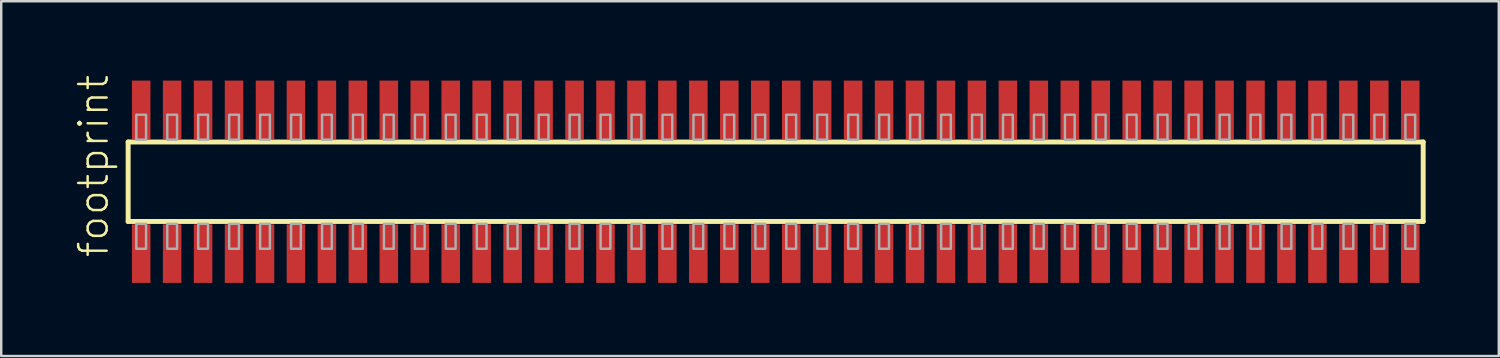
<source format=kicad_pcb>
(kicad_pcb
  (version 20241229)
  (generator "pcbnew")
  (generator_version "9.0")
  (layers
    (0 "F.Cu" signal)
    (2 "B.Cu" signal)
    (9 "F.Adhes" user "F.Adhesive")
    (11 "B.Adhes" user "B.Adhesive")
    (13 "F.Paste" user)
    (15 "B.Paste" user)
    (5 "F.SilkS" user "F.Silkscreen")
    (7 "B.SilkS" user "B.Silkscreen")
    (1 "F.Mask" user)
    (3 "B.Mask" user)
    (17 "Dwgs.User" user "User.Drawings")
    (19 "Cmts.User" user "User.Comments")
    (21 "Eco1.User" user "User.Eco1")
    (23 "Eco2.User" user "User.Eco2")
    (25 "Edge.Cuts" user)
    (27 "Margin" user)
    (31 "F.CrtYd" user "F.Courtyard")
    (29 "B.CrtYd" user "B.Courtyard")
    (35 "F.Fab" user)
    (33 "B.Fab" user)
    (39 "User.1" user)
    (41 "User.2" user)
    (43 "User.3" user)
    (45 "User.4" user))
  (footprint "footprint"
    (layer "F.Cu")
    (at 28.778 4.407)
    (property "Reference" "footprint" (at -27.305 3.175 90) (layer "F.SilkS") (effects (font (size 1.168 1.168) (thickness 0.102)) (justify left bottom)))
    (fp_line (start -26.57 -1.63) (end 26.565 -1.63) (stroke (width 0.203) (type solid)) (layer "F.SilkS"))
    (fp_line (start -26.57 1.63) (end -26.57 -1.63) (stroke (width 0.203) (type solid)) (layer "F.SilkS"))
    (fp_line (start 26.565 -1.63) (end 26.565 1.63) (stroke (width 0.203) (type solid)) (layer "F.SilkS"))
    (fp_line (start 26.565 1.63) (end -26.57 1.63) (stroke (width 0.203) (type solid)) (layer "F.SilkS"))
    (fp_poly (pts (xy -26.235 -1.725) (xy -25.835 -1.725) (xy -25.835 -2.75) (xy -26.235 -2.75)) (stroke (width 0.1) (type solid)) (fill no) (layer "F.Fab"))
    (fp_poly (pts (xy -25.835 1.725) (xy -26.235 1.725) (xy -26.235 2.75) (xy -25.835 2.75)) (stroke (width 0.1) (type solid)) (fill no) (layer "F.Fab"))
    (fp_poly (pts (xy -24.965 -1.725) (xy -24.565 -1.725) (xy -24.565 -2.75) (xy -24.965 -2.75)) (stroke (width 0.1) (type solid)) (fill no) (layer "F.Fab"))
    (fp_poly (pts (xy -24.565 1.725) (xy -24.965 1.725) (xy -24.965 2.75) (xy -24.565 2.75)) (stroke (width 0.1) (type solid)) (fill no) (layer "F.Fab"))
    (fp_poly (pts (xy -23.695 -1.725) (xy -23.295 -1.725) (xy -23.295 -2.75) (xy -23.695 -2.75)) (stroke (width 0.1) (type solid)) (fill no) (layer "F.Fab"))
    (fp_poly (pts (xy -23.295 1.725) (xy -23.695 1.725) (xy -23.695 2.75) (xy -23.295 2.75)) (stroke (width 0.1) (type solid)) (fill no) (layer "F.Fab"))
    (fp_poly (pts (xy -22.425 -1.725) (xy -22.025 -1.725) (xy -22.025 -2.75) (xy -22.425 -2.75)) (stroke (width 0.1) (type solid)) (fill no) (layer "F.Fab"))
    (fp_poly (pts (xy -22.025 1.725) (xy -22.425 1.725) (xy -22.425 2.75) (xy -22.025 2.75)) (stroke (width 0.1) (type solid)) (fill no) (layer "F.Fab"))
    (fp_poly (pts (xy -21.155 -1.725) (xy -20.755 -1.725) (xy -20.755 -2.75) (xy -21.155 -2.75)) (stroke (width 0.1) (type solid)) (fill no) (layer "F.Fab"))
    (fp_poly (pts (xy -20.755 1.725) (xy -21.155 1.725) (xy -21.155 2.75) (xy -20.755 2.75)) (stroke (width 0.1) (type solid)) (fill no) (layer "F.Fab"))
    (fp_poly (pts (xy -19.885 -1.725) (xy -19.485 -1.725) (xy -19.485 -2.75) (xy -19.885 -2.75)) (stroke (width 0.1) (type solid)) (fill no) (layer "F.Fab"))
    (fp_poly (pts (xy -19.485 1.725) (xy -19.885 1.725) (xy -19.885 2.75) (xy -19.485 2.75)) (stroke (width 0.1) (type solid)) (fill no) (layer "F.Fab"))
    (fp_poly (pts (xy -18.615 -1.725) (xy -18.215 -1.725) (xy -18.215 -2.75) (xy -18.615 -2.75)) (stroke (width 0.1) (type solid)) (fill no) (layer "F.Fab"))
    (fp_poly (pts (xy -18.215 1.725) (xy -18.615 1.725) (xy -18.615 2.75) (xy -18.215 2.75)) (stroke (width 0.1) (type solid)) (fill no) (layer "F.Fab"))
    (fp_poly (pts (xy -17.345 -1.725) (xy -16.945 -1.725) (xy -16.945 -2.75) (xy -17.345 -2.75)) (stroke (width 0.1) (type solid)) (fill no) (layer "F.Fab"))
    (fp_poly (pts (xy -16.945 1.725) (xy -17.345 1.725) (xy -17.345 2.75) (xy -16.945 2.75)) (stroke (width 0.1) (type solid)) (fill no) (layer "F.Fab"))
    (fp_poly (pts (xy -16.075 -1.725) (xy -15.675 -1.725) (xy -15.675 -2.75) (xy -16.075 -2.75)) (stroke (width 0.1) (type solid)) (fill no) (layer "F.Fab"))
    (fp_poly (pts (xy -15.675 1.725) (xy -16.075 1.725) (xy -16.075 2.75) (xy -15.675 2.75)) (stroke (width 0.1) (type solid)) (fill no) (layer "F.Fab"))
    (fp_poly (pts (xy -14.805 -1.725) (xy -14.405 -1.725) (xy -14.405 -2.75) (xy -14.805 -2.75)) (stroke (width 0.1) (type solid)) (fill no) (layer "F.Fab"))
    (fp_poly (pts (xy -14.405 1.725) (xy -14.805 1.725) (xy -14.805 2.75) (xy -14.405 2.75)) (stroke (width 0.1) (type solid)) (fill no) (layer "F.Fab"))
    (fp_poly (pts (xy -13.535 -1.725) (xy -13.135 -1.725) (xy -13.135 -2.75) (xy -13.535 -2.75)) (stroke (width 0.1) (type solid)) (fill no) (layer "F.Fab"))
    (fp_poly (pts (xy -13.135 1.725) (xy -13.535 1.725) (xy -13.535 2.75) (xy -13.135 2.75)) (stroke (width 0.1) (type solid)) (fill no) (layer "F.Fab"))
    (fp_poly (pts (xy -12.265 -1.725) (xy -11.865 -1.725) (xy -11.865 -2.75) (xy -12.265 -2.75)) (stroke (width 0.1) (type solid)) (fill no) (layer "F.Fab"))
    (fp_poly (pts (xy -11.865 1.725) (xy -12.265 1.725) (xy -12.265 2.75) (xy -11.865 2.75)) (stroke (width 0.1) (type solid)) (fill no) (layer "F.Fab"))
    (fp_poly (pts (xy -10.995 -1.725) (xy -10.595 -1.725) (xy -10.595 -2.75) (xy -10.995 -2.75)) (stroke (width 0.1) (type solid)) (fill no) (layer "F.Fab"))
    (fp_poly (pts (xy -10.595 1.725) (xy -10.995 1.725) (xy -10.995 2.75) (xy -10.595 2.75)) (stroke (width 0.1) (type solid)) (fill no) (layer "F.Fab"))
    (fp_poly (pts (xy -9.725 -1.725) (xy -9.325 -1.725) (xy -9.325 -2.75) (xy -9.725 -2.75)) (stroke (width 0.1) (type solid)) (fill no) (layer "F.Fab"))
    (fp_poly (pts (xy -9.325 1.725) (xy -9.725 1.725) (xy -9.725 2.75) (xy -9.325 2.75)) (stroke (width 0.1) (type solid)) (fill no) (layer "F.Fab"))
    (fp_poly (pts (xy -8.455 -1.725) (xy -8.055 -1.725) (xy -8.055 -2.75) (xy -8.455 -2.75)) (stroke (width 0.1) (type solid)) (fill no) (layer "F.Fab"))
    (fp_poly (pts (xy -8.055 1.725) (xy -8.455 1.725) (xy -8.455 2.75) (xy -8.055 2.75)) (stroke (width 0.1) (type solid)) (fill no) (layer "F.Fab"))
    (fp_poly (pts (xy -7.185 -1.725) (xy -6.785 -1.725) (xy -6.785 -2.75) (xy -7.185 -2.75)) (stroke (width 0.1) (type solid)) (fill no) (layer "F.Fab"))
    (fp_poly (pts (xy -6.785 1.725) (xy -7.185 1.725) (xy -7.185 2.75) (xy -6.785 2.75)) (stroke (width 0.1) (type solid)) (fill no) (layer "F.Fab"))
    (fp_poly (pts (xy -5.915 -1.725) (xy -5.515 -1.725) (xy -5.515 -2.75) (xy -5.915 -2.75)) (stroke (width 0.1) (type solid)) (fill no) (layer "F.Fab"))
    (fp_poly (pts (xy -5.515 1.725) (xy -5.915 1.725) (xy -5.915 2.75) (xy -5.515 2.75)) (stroke (width 0.1) (type solid)) (fill no) (layer "F.Fab"))
    (fp_poly (pts (xy -4.645 -1.725) (xy -4.245 -1.725) (xy -4.245 -2.75) (xy -4.645 -2.75)) (stroke (width 0.1) (type solid)) (fill no) (layer "F.Fab"))
    (fp_poly (pts (xy -4.245 1.725) (xy -4.645 1.725) (xy -4.645 2.75) (xy -4.245 2.75)) (stroke (width 0.1) (type solid)) (fill no) (layer "F.Fab"))
    (fp_poly (pts (xy -3.375 -1.725) (xy -2.975 -1.725) (xy -2.975 -2.75) (xy -3.375 -2.75)) (stroke (width 0.1) (type solid)) (fill no) (layer "F.Fab"))
    (fp_poly (pts (xy -2.975 1.725) (xy -3.375 1.725) (xy -3.375 2.75) (xy -2.975 2.75)) (stroke (width 0.1) (type solid)) (fill no) (layer "F.Fab"))
    (fp_poly (pts (xy -2.105 -1.725) (xy -1.705 -1.725) (xy -1.705 -2.75) (xy -2.105 -2.75)) (stroke (width 0.1) (type solid)) (fill no) (layer "F.Fab"))
    (fp_poly (pts (xy -1.705 1.725) (xy -2.105 1.725) (xy -2.105 2.75) (xy -1.705 2.75)) (stroke (width 0.1) (type solid)) (fill no) (layer "F.Fab"))
    (fp_poly (pts (xy -0.835 -1.725) (xy -0.435 -1.725) (xy -0.435 -2.75) (xy -0.835 -2.75)) (stroke (width 0.1) (type solid)) (fill no) (layer "F.Fab"))
    (fp_poly (pts (xy -0.435 1.725) (xy -0.835 1.725) (xy -0.835 2.75) (xy -0.435 2.75)) (stroke (width 0.1) (type solid)) (fill no) (layer "F.Fab"))
    (fp_poly (pts (xy 0.435 -1.725) (xy 0.835 -1.725) (xy 0.835 -2.75) (xy 0.435 -2.75)) (stroke (width 0.1) (type solid)) (fill no) (layer "F.Fab"))
    (fp_poly (pts (xy 0.835 1.725) (xy 0.435 1.725) (xy 0.435 2.75) (xy 0.835 2.75)) (stroke (width 0.1) (type solid)) (fill no) (layer "F.Fab"))
    (fp_poly (pts (xy 1.705 -1.725) (xy 2.105 -1.725) (xy 2.105 -2.75) (xy 1.705 -2.75)) (stroke (width 0.1) (type solid)) (fill no) (layer "F.Fab"))
    (fp_poly (pts (xy 2.105 1.725) (xy 1.705 1.725) (xy 1.705 2.75) (xy 2.105 2.75)) (stroke (width 0.1) (type solid)) (fill no) (layer "F.Fab"))
    (fp_poly (pts (xy 2.975 -1.725) (xy 3.375 -1.725) (xy 3.375 -2.75) (xy 2.975 -2.75)) (stroke (width 0.1) (type solid)) (fill no) (layer "F.Fab"))
    (fp_poly (pts (xy 3.375 1.725) (xy 2.975 1.725) (xy 2.975 2.75) (xy 3.375 2.75)) (stroke (width 0.1) (type solid)) (fill no) (layer "F.Fab"))
    (fp_poly (pts (xy 4.245 -1.725) (xy 4.645 -1.725) (xy 4.645 -2.75) (xy 4.245 -2.75)) (stroke (width 0.1) (type solid)) (fill no) (layer "F.Fab"))
    (fp_poly (pts (xy 4.645 1.725) (xy 4.245 1.725) (xy 4.245 2.75) (xy 4.645 2.75)) (stroke (width 0.1) (type solid)) (fill no) (layer "F.Fab"))
    (fp_poly (pts (xy 5.515 -1.725) (xy 5.915 -1.725) (xy 5.915 -2.75) (xy 5.515 -2.75)) (stroke (width 0.1) (type solid)) (fill no) (layer "F.Fab"))
    (fp_poly (pts (xy 5.915 1.725) (xy 5.515 1.725) (xy 5.515 2.75) (xy 5.915 2.75)) (stroke (width 0.1) (type solid)) (fill no) (layer "F.Fab"))
    (fp_poly (pts (xy 6.785 -1.725) (xy 7.185 -1.725) (xy 7.185 -2.75) (xy 6.785 -2.75)) (stroke (width 0.1) (type solid)) (fill no) (layer "F.Fab"))
    (fp_poly (pts (xy 7.185 1.725) (xy 6.785 1.725) (xy 6.785 2.75) (xy 7.185 2.75)) (stroke (width 0.1) (type solid)) (fill no) (layer "F.Fab"))
    (fp_poly (pts (xy 8.055 -1.725) (xy 8.455 -1.725) (xy 8.455 -2.75) (xy 8.055 -2.75)) (stroke (width 0.1) (type solid)) (fill no) (layer "F.Fab"))
    (fp_poly (pts (xy 8.455 1.725) (xy 8.055 1.725) (xy 8.055 2.75) (xy 8.455 2.75)) (stroke (width 0.1) (type solid)) (fill no) (layer "F.Fab"))
    (fp_poly (pts (xy 9.325 -1.725) (xy 9.725 -1.725) (xy 9.725 -2.75) (xy 9.325 -2.75)) (stroke (width 0.1) (type solid)) (fill no) (layer "F.Fab"))
    (fp_poly (pts (xy 9.725 1.725) (xy 9.325 1.725) (xy 9.325 2.75) (xy 9.725 2.75)) (stroke (width 0.1) (type solid)) (fill no) (layer "F.Fab"))
    (fp_poly (pts (xy 10.595 -1.725) (xy 10.995 -1.725) (xy 10.995 -2.75) (xy 10.595 -2.75)) (stroke (width 0.1) (type solid)) (fill no) (layer "F.Fab"))
    (fp_poly (pts (xy 10.995 1.725) (xy 10.595 1.725) (xy 10.595 2.75) (xy 10.995 2.75)) (stroke (width 0.1) (type solid)) (fill no) (layer "F.Fab"))
    (fp_poly (pts (xy 11.865 -1.725) (xy 12.265 -1.725) (xy 12.265 -2.75) (xy 11.865 -2.75)) (stroke (width 0.1) (type solid)) (fill no) (layer "F.Fab"))
    (fp_poly (pts (xy 12.265 1.725) (xy 11.865 1.725) (xy 11.865 2.75) (xy 12.265 2.75)) (stroke (width 0.1) (type solid)) (fill no) (layer "F.Fab"))
    (fp_poly (pts (xy 13.135 -1.725) (xy 13.535 -1.725) (xy 13.535 -2.75) (xy 13.135 -2.75)) (stroke (width 0.1) (type solid)) (fill no) (layer "F.Fab"))
    (fp_poly (pts (xy 13.535 1.725) (xy 13.135 1.725) (xy 13.135 2.75) (xy 13.535 2.75)) (stroke (width 0.1) (type solid)) (fill no) (layer "F.Fab"))
    (fp_poly (pts (xy 14.405 -1.725) (xy 14.805 -1.725) (xy 14.805 -2.75) (xy 14.405 -2.75)) (stroke (width 0.1) (type solid)) (fill no) (layer "F.Fab"))
    (fp_poly (pts (xy 14.805 1.725) (xy 14.405 1.725) (xy 14.405 2.75) (xy 14.805 2.75)) (stroke (width 0.1) (type solid)) (fill no) (layer "F.Fab"))
    (fp_poly (pts (xy 15.675 -1.725) (xy 16.075 -1.725) (xy 16.075 -2.75) (xy 15.675 -2.75)) (stroke (width 0.1) (type solid)) (fill no) (layer "F.Fab"))
    (fp_poly (pts (xy 16.075 1.725) (xy 15.675 1.725) (xy 15.675 2.75) (xy 16.075 2.75)) (stroke (width 0.1) (type solid)) (fill no) (layer "F.Fab"))
    (fp_poly (pts (xy 16.945 -1.725) (xy 17.345 -1.725) (xy 17.345 -2.75) (xy 16.945 -2.75)) (stroke (width 0.1) (type solid)) (fill no) (layer "F.Fab"))
    (fp_poly (pts (xy 17.345 1.725) (xy 16.945 1.725) (xy 16.945 2.75) (xy 17.345 2.75)) (stroke (width 0.1) (type solid)) (fill no) (layer "F.Fab"))
    (fp_poly (pts (xy 18.215 -1.725) (xy 18.615 -1.725) (xy 18.615 -2.75) (xy 18.215 -2.75)) (stroke (width 0.1) (type solid)) (fill no) (layer "F.Fab"))
    (fp_poly (pts (xy 18.615 1.725) (xy 18.215 1.725) (xy 18.215 2.75) (xy 18.615 2.75)) (stroke (width 0.1) (type solid)) (fill no) (layer "F.Fab"))
    (fp_poly (pts (xy 19.485 -1.725) (xy 19.885 -1.725) (xy 19.885 -2.75) (xy 19.485 -2.75)) (stroke (width 0.1) (type solid)) (fill no) (layer "F.Fab"))
    (fp_poly (pts (xy 19.885 1.725) (xy 19.485 1.725) (xy 19.485 2.75) (xy 19.885 2.75)) (stroke (width 0.1) (type solid)) (fill no) (layer "F.Fab"))
    (fp_poly (pts (xy 20.755 -1.725) (xy 21.155 -1.725) (xy 21.155 -2.75) (xy 20.755 -2.75)) (stroke (width 0.1) (type solid)) (fill no) (layer "F.Fab"))
    (fp_poly (pts (xy 21.155 1.725) (xy 20.755 1.725) (xy 20.755 2.75) (xy 21.155 2.75)) (stroke (width 0.1) (type solid)) (fill no) (layer "F.Fab"))
    (fp_poly (pts (xy 22.025 -1.725) (xy 22.425 -1.725) (xy 22.425 -2.75) (xy 22.025 -2.75)) (stroke (width 0.1) (type solid)) (fill no) (layer "F.Fab"))
    (fp_poly (pts (xy 22.425 1.725) (xy 22.025 1.725) (xy 22.025 2.75) (xy 22.425 2.75)) (stroke (width 0.1) (type solid)) (fill no) (layer "F.Fab"))
    (fp_poly (pts (xy 23.295 -1.725) (xy 23.695 -1.725) (xy 23.695 -2.75) (xy 23.295 -2.75)) (stroke (width 0.1) (type solid)) (fill no) (layer "F.Fab"))
    (fp_poly (pts (xy 23.695 1.725) (xy 23.295 1.725) (xy 23.295 2.75) (xy 23.695 2.75)) (stroke (width 0.1) (type solid)) (fill no) (layer "F.Fab"))
    (fp_poly (pts (xy 24.565 -1.725) (xy 24.965 -1.725) (xy 24.965 -2.75) (xy 24.565 -2.75)) (stroke (width 0.1) (type solid)) (fill no) (layer "F.Fab"))
    (fp_poly (pts (xy 24.965 1.725) (xy 24.565 1.725) (xy 24.565 2.75) (xy 24.965 2.75)) (stroke (width 0.1) (type solid)) (fill no) (layer "F.Fab"))
    (fp_poly (pts (xy 25.835 -1.725) (xy 26.235 -1.725) (xy 26.235 -2.75) (xy 25.835 -2.75)) (stroke (width 0.1) (type solid)) (fill no) (layer "F.Fab"))
    (fp_poly (pts (xy 26.235 1.725) (xy 25.835 1.725) (xy 25.835 2.75) (xy 26.235 2.75)) (stroke (width 0.1) (type solid)) (fill no) (layer "F.Fab"))
    (pad "1" smd rect (at -26.035 2.95) (size 0.76 2.4) (layers "F.Cu" "F.Mask" "F.Paste"))
    (pad "2" smd rect (at -26.035 -2.95) (size 0.76 2.4) (layers "F.Cu" "F.Mask" "F.Paste"))
    (pad "3" smd rect (at -24.765 2.95) (size 0.76 2.4) (layers "F.Cu" "F.Mask" "F.Paste"))
    (pad "4" smd rect (at -24.765 -2.95) (size 0.76 2.4) (layers "F.Cu" "F.Mask" "F.Paste"))
    (pad "5" smd rect (at -23.495 2.95) (size 0.76 2.4) (layers "F.Cu" "F.Mask" "F.Paste"))
    (pad "6" smd rect (at -23.495 -2.95) (size 0.76 2.4) (layers "F.Cu" "F.Mask" "F.Paste"))
    (pad "7" smd rect (at -22.225 2.95) (size 0.76 2.4) (layers "F.Cu" "F.Mask" "F.Paste"))
    (pad "8" smd rect (at -22.225 -2.95) (size 0.76 2.4) (layers "F.Cu" "F.Mask" "F.Paste"))
    (pad "9" smd rect (at -20.955 2.95) (size 0.76 2.4) (layers "F.Cu" "F.Mask" "F.Paste"))
    (pad "10" smd rect (at -20.955 -2.95) (size 0.76 2.4) (layers "F.Cu" "F.Mask" "F.Paste"))
    (pad "11" smd rect (at -19.685 2.95) (size 0.76 2.4) (layers "F.Cu" "F.Mask" "F.Paste"))
    (pad "12" smd rect (at -19.685 -2.95) (size 0.76 2.4) (layers "F.Cu" "F.Mask" "F.Paste"))
    (pad "13" smd rect (at -18.415 2.95) (size 0.76 2.4) (layers "F.Cu" "F.Mask" "F.Paste"))
    (pad "14" smd rect (at -18.415 -2.95) (size 0.76 2.4) (layers "F.Cu" "F.Mask" "F.Paste"))
    (pad "15" smd rect (at -17.145 2.95) (size 0.76 2.4) (layers "F.Cu" "F.Mask" "F.Paste"))
    (pad "16" smd rect (at -17.145 -2.95) (size 0.76 2.4) (layers "F.Cu" "F.Mask" "F.Paste"))
    (pad "17" smd rect (at -15.875 2.95) (size 0.76 2.4) (layers "F.Cu" "F.Mask" "F.Paste"))
    (pad "18" smd rect (at -15.875 -2.95) (size 0.76 2.4) (layers "F.Cu" "F.Mask" "F.Paste"))
    (pad "19" smd rect (at -14.605 2.95) (size 0.76 2.4) (layers "F.Cu" "F.Mask" "F.Paste"))
    (pad "20" smd rect (at -14.605 -2.95) (size 0.76 2.4) (layers "F.Cu" "F.Mask" "F.Paste"))
    (pad "21" smd rect (at -13.335 2.95) (size 0.76 2.4) (layers "F.Cu" "F.Mask" "F.Paste"))
    (pad "22" smd rect (at -13.335 -2.95) (size 0.76 2.4) (layers "F.Cu" "F.Mask" "F.Paste"))
    (pad "23" smd rect (at -12.065 2.95) (size 0.76 2.4) (layers "F.Cu" "F.Mask" "F.Paste"))
    (pad "24" smd rect (at -12.065 -2.95) (size 0.76 2.4) (layers "F.Cu" "F.Mask" "F.Paste"))
    (pad "25" smd rect (at -10.795 2.95) (size 0.76 2.4) (layers "F.Cu" "F.Mask" "F.Paste"))
    (pad "26" smd rect (at -10.795 -2.95) (size 0.76 2.4) (layers "F.Cu" "F.Mask" "F.Paste"))
    (pad "27" smd rect (at -9.525 2.95) (size 0.76 2.4) (layers "F.Cu" "F.Mask" "F.Paste"))
    (pad "28" smd rect (at -9.525 -2.95) (size 0.76 2.4) (layers "F.Cu" "F.Mask" "F.Paste"))
    (pad "29" smd rect (at -8.255 2.95) (size 0.76 2.4) (layers "F.Cu" "F.Mask" "F.Paste"))
    (pad "30" smd rect (at -8.255 -2.95) (size 0.76 2.4) (layers "F.Cu" "F.Mask" "F.Paste"))
    (pad "31" smd rect (at -6.985 2.95) (size 0.76 2.4) (layers "F.Cu" "F.Mask" "F.Paste"))
    (pad "32" smd rect (at -6.985 -2.95) (size 0.76 2.4) (layers "F.Cu" "F.Mask" "F.Paste"))
    (pad "33" smd rect (at -5.715 2.95) (size 0.76 2.4) (layers "F.Cu" "F.Mask" "F.Paste"))
    (pad "34" smd rect (at -5.715 -2.95) (size 0.76 2.4) (layers "F.Cu" "F.Mask" "F.Paste"))
    (pad "35" smd rect (at -4.445 2.95) (size 0.76 2.4) (layers "F.Cu" "F.Mask" "F.Paste"))
    (pad "36" smd rect (at -4.445 -2.95) (size 0.76 2.4) (layers "F.Cu" "F.Mask" "F.Paste"))
    (pad "37" smd rect (at -3.175 2.95) (size 0.76 2.4) (layers "F.Cu" "F.Mask" "F.Paste"))
    (pad "38" smd rect (at -3.175 -2.95) (size 0.76 2.4) (layers "F.Cu" "F.Mask" "F.Paste"))
    (pad "39" smd rect (at -1.905 2.95) (size 0.76 2.4) (layers "F.Cu" "F.Mask" "F.Paste"))
    (pad "40" smd rect (at -1.905 -2.95) (size 0.76 2.4) (layers "F.Cu" "F.Mask" "F.Paste"))
    (pad "41" smd rect (at -0.635 2.95) (size 0.76 2.4) (layers "F.Cu" "F.Mask" "F.Paste"))
    (pad "42" smd rect (at -0.635 -2.95) (size 0.76 2.4) (layers "F.Cu" "F.Mask" "F.Paste"))
    (pad "43" smd rect (at 0.635 2.95) (size 0.76 2.4) (layers "F.Cu" "F.Mask" "F.Paste"))
    (pad "44" smd rect (at 0.635 -2.95) (size 0.76 2.4) (layers "F.Cu" "F.Mask" "F.Paste"))
    (pad "45" smd rect (at 1.905 2.95) (size 0.76 2.4) (layers "F.Cu" "F.Mask" "F.Paste"))
    (pad "46" smd rect (at 1.905 -2.95) (size 0.76 2.4) (layers "F.Cu" "F.Mask" "F.Paste"))
    (pad "47" smd rect (at 3.175 2.95) (size 0.76 2.4) (layers "F.Cu" "F.Mask" "F.Paste"))
    (pad "48" smd rect (at 3.175 -2.95) (size 0.76 2.4) (layers "F.Cu" "F.Mask" "F.Paste"))
    (pad "49" smd rect (at 4.445 2.95) (size 0.76 2.4) (layers "F.Cu" "F.Mask" "F.Paste"))
    (pad "50" smd rect (at 4.445 -2.95) (size 0.76 2.4) (layers "F.Cu" "F.Mask" "F.Paste"))
    (pad "51" smd rect (at 5.715 2.95) (size 0.76 2.4) (layers "F.Cu" "F.Mask" "F.Paste"))
    (pad "52" smd rect (at 5.715 -2.95) (size 0.76 2.4) (layers "F.Cu" "F.Mask" "F.Paste"))
    (pad "53" smd rect (at 6.985 2.95) (size 0.76 2.4) (layers "F.Cu" "F.Mask" "F.Paste"))
    (pad "54" smd rect (at 6.985 -2.95) (size 0.76 2.4) (layers "F.Cu" "F.Mask" "F.Paste"))
    (pad "55" smd rect (at 8.255 2.95) (size 0.76 2.4) (layers "F.Cu" "F.Mask" "F.Paste"))
    (pad "56" smd rect (at 8.255 -2.95) (size 0.76 2.4) (layers "F.Cu" "F.Mask" "F.Paste"))
    (pad "57" smd rect (at 9.525 2.95) (size 0.76 2.4) (layers "F.Cu" "F.Mask" "F.Paste"))
    (pad "58" smd rect (at 9.525 -2.95) (size 0.76 2.4) (layers "F.Cu" "F.Mask" "F.Paste"))
    (pad "59" smd rect (at 10.795 2.95) (size 0.76 2.4) (layers "F.Cu" "F.Mask" "F.Paste"))
    (pad "60" smd rect (at 10.795 -2.95) (size 0.76 2.4) (layers "F.Cu" "F.Mask" "F.Paste"))
    (pad "61" smd rect (at 12.065 2.95) (size 0.76 2.4) (layers "F.Cu" "F.Mask" "F.Paste"))
    (pad "62" smd rect (at 12.065 -2.95) (size 0.76 2.4) (layers "F.Cu" "F.Mask" "F.Paste"))
    (pad "63" smd rect (at 13.335 2.95) (size 0.76 2.4) (layers "F.Cu" "F.Mask" "F.Paste"))
    (pad "64" smd rect (at 13.335 -2.95) (size 0.76 2.4) (layers "F.Cu" "F.Mask" "F.Paste"))
    (pad "65" smd rect (at 14.605 2.95) (size 0.76 2.4) (layers "F.Cu" "F.Mask" "F.Paste"))
    (pad "66" smd rect (at 14.605 -2.95) (size 0.76 2.4) (layers "F.Cu" "F.Mask" "F.Paste"))
    (pad "67" smd rect (at 15.875 2.95) (size 0.76 2.4) (layers "F.Cu" "F.Mask" "F.Paste"))
    (pad "68" smd rect (at 15.875 -2.95) (size 0.76 2.4) (layers "F.Cu" "F.Mask" "F.Paste"))
    (pad "69" smd rect (at 17.145 2.95) (size 0.76 2.4) (layers "F.Cu" "F.Mask" "F.Paste"))
    (pad "70" smd rect (at 17.145 -2.95) (size 0.76 2.4) (layers "F.Cu" "F.Mask" "F.Paste"))
    (pad "71" smd rect (at 18.415 2.95) (size 0.76 2.4) (layers "F.Cu" "F.Mask" "F.Paste"))
    (pad "72" smd rect (at 18.415 -2.95) (size 0.76 2.4) (layers "F.Cu" "F.Mask" "F.Paste"))
    (pad "73" smd rect (at 19.685 2.95) (size 0.76 2.4) (layers "F.Cu" "F.Mask" "F.Paste"))
    (pad "74" smd rect (at 19.685 -2.95) (size 0.76 2.4) (layers "F.Cu" "F.Mask" "F.Paste"))
    (pad "75" smd rect (at 20.955 2.95) (size 0.76 2.4) (layers "F.Cu" "F.Mask" "F.Paste"))
    (pad "76" smd rect (at 20.955 -2.95) (size 0.76 2.4) (layers "F.Cu" "F.Mask" "F.Paste"))
    (pad "77" smd rect (at 22.225 2.95) (size 0.76 2.4) (layers "F.Cu" "F.Mask" "F.Paste"))
    (pad "78" smd rect (at 22.225 -2.95) (size 0.76 2.4) (layers "F.Cu" "F.Mask" "F.Paste"))
    (pad "79" smd rect (at 23.495 2.95) (size 0.76 2.4) (layers "F.Cu" "F.Mask" "F.Paste"))
    (pad "80" smd rect (at 23.495 -2.95) (size 0.76 2.4) (layers "F.Cu" "F.Mask" "F.Paste"))
    (pad "81" smd rect (at 24.765 2.95) (size 0.76 2.4) (layers "F.Cu" "F.Mask" "F.Paste"))
    (pad "82" smd rect (at 24.765 -2.95) (size 0.76 2.4) (layers "F.Cu" "F.Mask" "F.Paste"))
    (pad "83" smd rect (at 26.035 2.95) (size 0.76 2.4) (layers "F.Cu" "F.Mask" "F.Paste"))
    (pad "84" smd rect (at 26.035 -2.95) (size 0.76 2.4) (layers "F.Cu" "F.Mask" "F.Paste")))
  (gr_rect
    (start -3 -3)
    (end 58.445 11.557)
    (stroke (width 0.1) (type default))
    (fill no)
    (layer "Edge.Cuts")))
</source>
